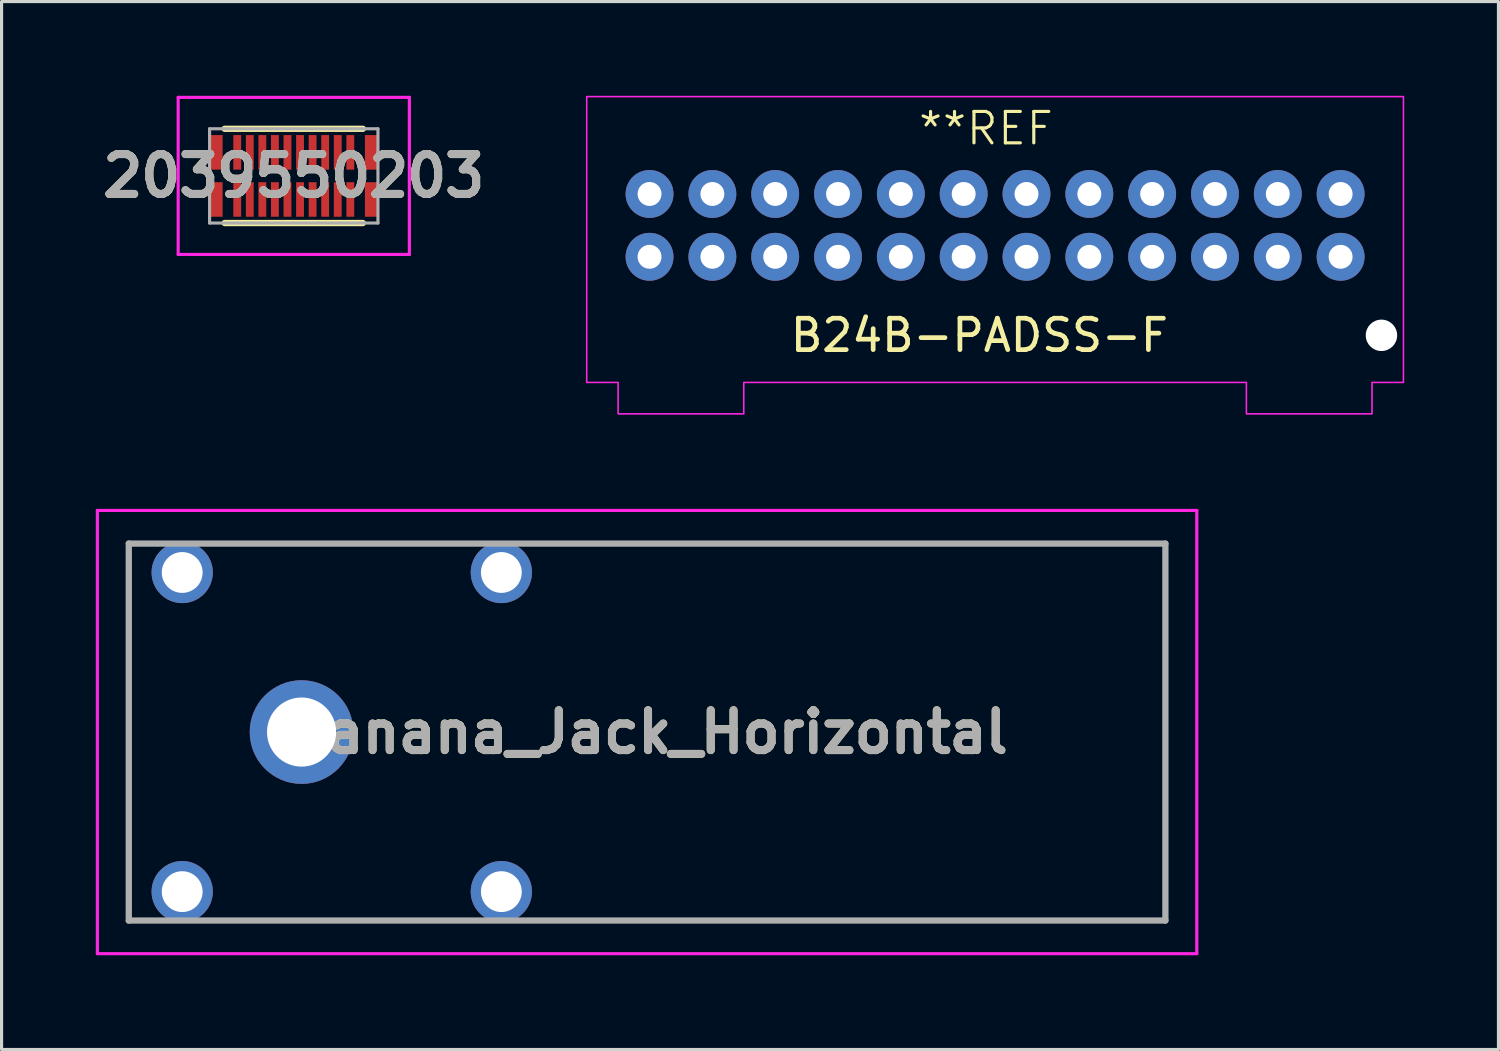
<source format=kicad_pcb>
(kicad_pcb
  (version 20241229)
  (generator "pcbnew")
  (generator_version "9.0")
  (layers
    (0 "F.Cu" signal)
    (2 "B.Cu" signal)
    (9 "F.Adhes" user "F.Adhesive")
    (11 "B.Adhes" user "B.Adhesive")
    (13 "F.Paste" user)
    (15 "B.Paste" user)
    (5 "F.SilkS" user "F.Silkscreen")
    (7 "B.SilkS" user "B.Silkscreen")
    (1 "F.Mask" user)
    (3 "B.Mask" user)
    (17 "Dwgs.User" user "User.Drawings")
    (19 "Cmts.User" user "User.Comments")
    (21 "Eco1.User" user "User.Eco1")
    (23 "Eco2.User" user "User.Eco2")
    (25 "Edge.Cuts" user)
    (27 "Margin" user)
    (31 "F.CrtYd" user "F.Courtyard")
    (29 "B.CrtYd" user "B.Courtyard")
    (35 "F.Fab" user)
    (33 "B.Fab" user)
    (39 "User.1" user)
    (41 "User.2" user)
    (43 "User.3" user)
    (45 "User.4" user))
  (footprint "Banana_Jack_Horizontal"
    (layer "F.Cu")
    (at 2.75 15.175)
    (property "Reference" "Banana_Jack_Horizontal" (at 14.8 5.08 0) (layer "F.SilkS") (effects (font (size 1.27 1.27) (thickness 0.254))))
    (attr through_hole)
    (fp_line (start -1.7 -0.92) (end -1.7 11.08) (stroke (width 0.1) (type solid)) (layer "F.SilkS"))
    (fp_line (start -1.7 11.08) (end -1.2 11.08) (stroke (width 0.1) (type solid)) (layer "F.SilkS"))
    (fp_line (start -1.2 -0.92) (end -1.7 -0.92) (stroke (width 0.1) (type solid)) (layer "F.SilkS"))
    (fp_line (start 1.3 -0.92) (end 8.8 -0.92) (stroke (width 0.1) (type solid)) (layer "F.SilkS"))
    (fp_line (start 1.3 11.08) (end 8.8 11.08) (stroke (width 0.1) (type solid)) (layer "F.SilkS"))
    (fp_line (start 11.3 -0.92) (end 31.3 -0.92) (stroke (width 0.1) (type solid)) (layer "F.SilkS"))
    (fp_line (start 31.3 -0.92) (end 31.3 11.08) (stroke (width 0.1) (type solid)) (layer "F.SilkS"))
    (fp_line (start 31.3 11.08) (end 11.3 11.08) (stroke (width 0.1) (type solid)) (layer "F.SilkS"))
    (fp_line (start -2.7 -1.975) (end 32.3 -1.975) (stroke (width 0.1) (type solid)) (layer "F.CrtYd"))
    (fp_line (start -2.7 12.135) (end -2.7 -1.975) (stroke (width 0.1) (type solid)) (layer "F.CrtYd"))
    (fp_line (start 32.3 -1.975) (end 32.3 12.135) (stroke (width 0.1) (type solid)) (layer "F.CrtYd"))
    (fp_line (start 32.3 12.135) (end -2.7 12.135) (stroke (width 0.1) (type solid)) (layer "F.CrtYd"))
    (fp_line (start -1.7 -0.92) (end 31.3 -0.92) (stroke (width 0.2) (type solid)) (layer "F.Fab"))
    (fp_line (start -1.7 11.08) (end -1.7 -0.92) (stroke (width 0.2) (type solid)) (layer "F.Fab"))
    (fp_line (start 31.3 -0.92) (end 31.3 11.08) (stroke (width 0.2) (type solid)) (layer "F.Fab"))
    (fp_line (start 31.3 11.08) (end -1.7 11.08) (stroke (width 0.2) (type solid)) (layer "F.Fab"))
    (fp_text user "${REFERENCE}" (at 14.8 5.08 0) (layer "F.Fab") (effects (font (size 1.27 1.27) (thickness 0.254))))
    (pad "1" thru_hole circle (at 0 0) (size 1.95 1.95) (drill 1.3) (layers "*.Cu" "*.Mask"))
    (pad "1" thru_hole circle (at 0 10.16) (size 1.95 1.95) (drill 1.3) (layers "*.Cu" "*.Mask"))
    (pad "1" thru_hole circle (at 3.8 5.08) (size 3.3 3.3) (drill 2.2) (layers "*.Cu" "*.Mask"))
    (pad "1" thru_hole circle (at 10.16 0) (size 1.95 1.95) (drill 1.3) (layers "*.Cu" "*.Mask"))
    (pad "1" thru_hole circle (at 10.16 10.16) (size 1.95 1.95) (drill 1.3) (layers "*.Cu" "*.Mask")))
  (footprint "B24B-PADSS-F"
    (layer "F.Cu")
    (at 39.628 5.125)
    (property "Reference" "B24B-PADSS-F" (at -11.5 2.5 0) (unlocked yes) (layer "F.SilkS") (effects (font (size 1 1) (thickness 0.15))))
    (attr through_hole)
    (fp_poly (pts (xy 2 -5.1) (xy 2 4) (xy 1 4) (xy 1 5) (xy -3 5) (xy -3 4) (xy -19 4) (xy -19 5) (xy -23 5) (xy -23 4) (xy -24 4) (xy -24 -5.1)) (stroke (width 0.05) (type solid)) (fill no) (layer "F.CrtYd"))
    (fp_text user "**REF" (at -13.5 -3.5 0) (unlocked yes) (layer "F.SilkS") (effects (font (size 1 1) (thickness 0.1)) (justify left bottom)))
    (pad "" np_thru_hole circle (at 1.3 2.5) (size 1 1) (drill 1) (layers "*.Cu" "*.Mask"))
    (pad "1" thru_hole circle (at 0 0) (size 1.524 1.524) (drill 0.762) (layers "*.Cu" "*.Mask"))
    (pad "2" thru_hole circle (at 0 -2) (size 1.524 1.524) (drill 0.762) (layers "*.Cu" "*.Mask"))
    (pad "3" thru_hole circle (at -2 0) (size 1.524 1.524) (drill 0.762) (layers "*.Cu" "*.Mask"))
    (pad "4" thru_hole circle (at -2 -2) (size 1.524 1.524) (drill 0.762) (layers "*.Cu" "*.Mask"))
    (pad "5" thru_hole circle (at -4 0) (size 1.524 1.524) (drill 0.762) (layers "*.Cu" "*.Mask"))
    (pad "6" thru_hole circle (at -4 -2) (size 1.524 1.524) (drill 0.762) (layers "*.Cu" "*.Mask"))
    (pad "7" thru_hole circle (at -6 0) (size 1.524 1.524) (drill 0.762) (layers "*.Cu" "*.Mask"))
    (pad "8" thru_hole circle (at -6 -2) (size 1.524 1.524) (drill 0.762) (layers "*.Cu" "*.Mask"))
    (pad "9" thru_hole circle (at -8 0) (size 1.524 1.524) (drill 0.762) (layers "*.Cu" "*.Mask"))
    (pad "10" thru_hole circle (at -8 -2) (size 1.524 1.524) (drill 0.762) (layers "*.Cu" "*.Mask"))
    (pad "11" thru_hole circle (at -10 0) (size 1.524 1.524) (drill 0.762) (layers "*.Cu" "*.Mask"))
    (pad "12" thru_hole circle (at -10 -2) (size 1.524 1.524) (drill 0.762) (layers "*.Cu" "*.Mask"))
    (pad "13" thru_hole circle (at -12 0) (size 1.524 1.524) (drill 0.762) (layers "*.Cu" "*.Mask"))
    (pad "14" thru_hole circle (at -12 -2) (size 1.524 1.524) (drill 0.762) (layers "*.Cu" "*.Mask"))
    (pad "15" thru_hole circle (at -14 0) (size 1.524 1.524) (drill 0.762) (layers "*.Cu" "*.Mask"))
    (pad "16" thru_hole circle (at -14 -2) (size 1.524 1.524) (drill 0.762) (layers "*.Cu" "*.Mask"))
    (pad "17" thru_hole circle (at -16 0) (size 1.524 1.524) (drill 0.762) (layers "*.Cu" "*.Mask"))
    (pad "18" thru_hole circle (at -16 -2) (size 1.524 1.524) (drill 0.762) (layers "*.Cu" "*.Mask"))
    (pad "19" thru_hole circle (at -18 0) (size 1.524 1.524) (drill 0.762) (layers "*.Cu" "*.Mask"))
    (pad "20" thru_hole circle (at -18 -2) (size 1.524 1.524) (drill 0.762) (layers "*.Cu" "*.Mask"))
    (pad "21" thru_hole circle (at -20 0) (size 1.524 1.524) (drill 0.762) (layers "*.Cu" "*.Mask"))
    (pad "22" thru_hole circle (at -20 -2) (size 1.524 1.524) (drill 0.762) (layers "*.Cu" "*.Mask"))
    (pad "23" thru_hole circle (at -22 0) (size 1.524 1.524) (drill 0.762) (layers "*.Cu" "*.Mask"))
    (pad "24" thru_hole circle (at -22 -2) (size 1.524 1.524) (drill 0.762) (layers "*.Cu" "*.Mask")))
  (footprint "2039550203"
    (layer "F.Cu")
    (at 6.302 2.55)
    (property "Reference" "2039550203" (at 0 0 0) (layer "F.SilkS") (effects (font (size 1.27 1.27) (thickness 0.254))))
    (attr smd)
    (fp_line (start -2.2 -1.5) (end 2.2 -1.5) (stroke (width 0.2) (type solid)) (layer "F.SilkS"))
    (fp_line (start -2.2 1.5) (end 2.2 1.5) (stroke (width 0.2) (type solid)) (layer "F.SilkS"))
    (fp_line (start -3.68 -2.5) (end 3.68 -2.5) (stroke (width 0.1) (type solid)) (layer "F.CrtYd"))
    (fp_line (start -3.68 2.5) (end -3.68 -2.5) (stroke (width 0.1) (type solid)) (layer "F.CrtYd"))
    (fp_line (start 3.68 -2.5) (end 3.68 2.5) (stroke (width 0.1) (type solid)) (layer "F.CrtYd"))
    (fp_line (start 3.68 2.5) (end -3.68 2.5) (stroke (width 0.1) (type solid)) (layer "F.CrtYd"))
    (fp_line (start -2.68 -1.5) (end 2.68 -1.5) (stroke (width 0.1) (type solid)) (layer "F.Fab"))
    (fp_line (start -2.68 1.5) (end -2.68 -1.5) (stroke (width 0.1) (type solid)) (layer "F.Fab"))
    (fp_line (start 2.68 -1.5) (end 2.68 1.5) (stroke (width 0.1) (type solid)) (layer "F.Fab"))
    (fp_line (start 2.68 1.5) (end -2.68 1.5) (stroke (width 0.1) (type solid)) (layer "F.Fab"))
    (fp_text user "${REFERENCE}" (at 0 0 0) (layer "F.Fab") (effects (font (size 1.27 1.27) (thickness 0.254))))
    (pad "1" smd rect (at -1.8 0.75) (size 0.25 1.1) (layers "F.Cu" "F.Mask" "F.Paste"))
    (pad "2" smd rect (at -1.8 -0.75) (size 0.25 1.1) (layers "F.Cu" "F.Mask" "F.Paste"))
    (pad "3" smd rect (at -1.4 0.75) (size 0.25 1.1) (layers "F.Cu" "F.Mask" "F.Paste"))
    (pad "4" smd rect (at -1.4 -0.75) (size 0.25 1.1) (layers "F.Cu" "F.Mask" "F.Paste"))
    (pad "5" smd rect (at -1 0.75) (size 0.25 1.1) (layers "F.Cu" "F.Mask" "F.Paste"))
    (pad "6" smd rect (at -1 -0.75) (size 0.25 1.1) (layers "F.Cu" "F.Mask" "F.Paste"))
    (pad "7" smd rect (at -0.6 0.75) (size 0.25 1.1) (layers "F.Cu" "F.Mask" "F.Paste"))
    (pad "8" smd rect (at -0.6 -0.75) (size 0.25 1.1) (layers "F.Cu" "F.Mask" "F.Paste"))
    (pad "9" smd rect (at -0.2 0.75) (size 0.25 1.1) (layers "F.Cu" "F.Mask" "F.Paste"))
    (pad "10" smd rect (at -0.2 -0.75) (size 0.25 1.1) (layers "F.Cu" "F.Mask" "F.Paste"))
    (pad "11" smd rect (at 0.2 0.75) (size 0.25 1.1) (layers "F.Cu" "F.Mask" "F.Paste"))
    (pad "12" smd rect (at 0.2 -0.75) (size 0.25 1.1) (layers "F.Cu" "F.Mask" "F.Paste"))
    (pad "13" smd rect (at 0.6 0.75) (size 0.25 1.1) (layers "F.Cu" "F.Mask" "F.Paste"))
    (pad "14" smd rect (at 0.6 -0.75) (size 0.25 1.1) (layers "F.Cu" "F.Mask" "F.Paste"))
    (pad "15" smd rect (at 1 0.75) (size 0.25 1.1) (layers "F.Cu" "F.Mask" "F.Paste"))
    (pad "16" smd rect (at 1 -0.75) (size 0.25 1.1) (layers "F.Cu" "F.Mask" "F.Paste"))
    (pad "17" smd rect (at 1.4 0.75) (size 0.25 1.1) (layers "F.Cu" "F.Mask" "F.Paste"))
    (pad "18" smd rect (at 1.4 -0.75) (size 0.25 1.1) (layers "F.Cu" "F.Mask" "F.Paste"))
    (pad "19" smd rect (at 1.8 0.75) (size 0.25 1.1) (layers "F.Cu" "F.Mask" "F.Paste"))
    (pad "20" smd rect (at 1.8 -0.75) (size 0.25 1.1) (layers "F.Cu" "F.Mask" "F.Paste"))
    (pad "MP1" smd rect (at -2.465 0.75) (size 0.4 1.1) (layers "F.Cu" "F.Mask" "F.Paste"))
    (pad "MP2" smd rect (at -2.465 -0.75) (size 0.4 1.1) (layers "F.Cu" "F.Mask" "F.Paste"))
    (pad "MP3" smd rect (at 2.465 0.75) (size 0.4 1.1) (layers "F.Cu" "F.Mask" "F.Paste"))
    (pad "MP4" smd rect (at 2.465 -0.75) (size 0.4 1.1) (layers "F.Cu" "F.Mask" "F.Paste")))
  (gr_rect
    (start -3 -3)
    (end 44.653 30.36)
    (stroke (width 0.1) (type default))
    (fill no)
    (layer "Edge.Cuts")))
</source>
